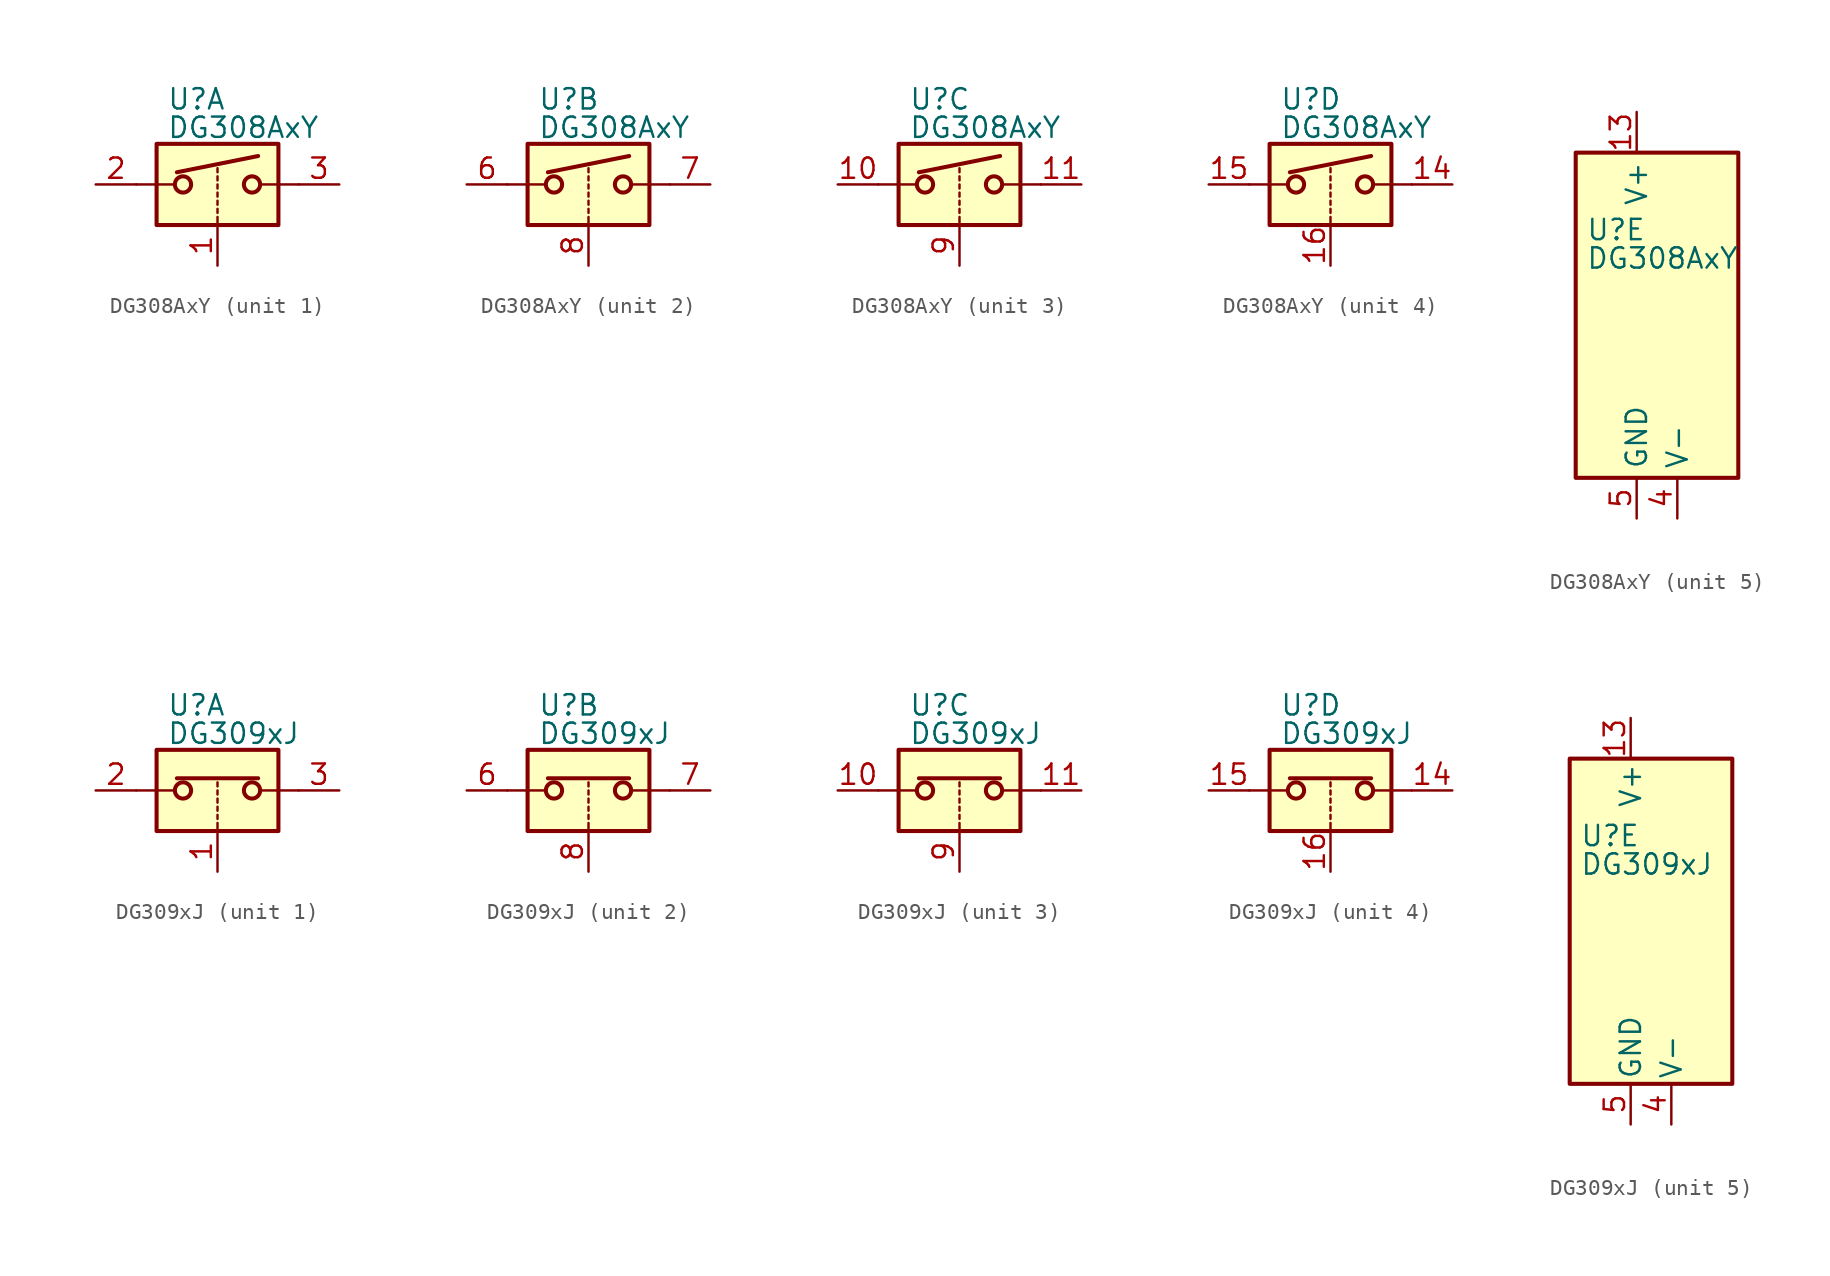
<source format=kicad_sym>
(kicad_symbol_lib
  (version 20200908)
  (generator kicad_symbol_editor)
  (symbol "Analog_Switch:DG308AxY"
    (property "Reference" "U"
      (at -3.175 5.334 0)
      (effects (font (size 1.27 1.27)) (justify left)))
    (property "Value" "DG308AxY"
      (at -3.175 3.556 0)
      (effects (font (size 1.27 1.27)) (justify left)))
    (symbol "DG308AxY_1_1"
      (circle (center -2.159 0) (radius 0.508) (stroke (width 0.254)) (fill (type none)))
      (circle (center 2.159 0) (radius 0.508) (stroke (width 0.254)) (fill (type none)))
      (rectangle (start -3.81 2.54) (end 3.81 -2.54) (stroke (width 0.254)) (fill (type background)))
      (polyline (pts (xy -5.08 0) (xy -2.794 0)) (stroke (width 0)) (fill (type none)))
      (polyline (pts (xy -2.54 0.762) (xy 2.54 1.778)) (stroke (width 0.254)) (fill (type none)))
      (polyline (pts (xy 0 -2.54) (xy 0 -2.032)) (stroke (width 0)) (fill (type none)))
      (polyline (pts (xy 0 -1.778) (xy 0 -1.524)) (stroke (width 0)) (fill (type none)))
      (polyline (pts (xy 0 -1.27) (xy 0 -1.016)) (stroke (width 0)) (fill (type none)))
      (polyline (pts (xy 0 -0.762) (xy 0 -0.508)) (stroke (width 0)) (fill (type none)))
      (polyline (pts (xy 0 -0.254) (xy 0 0)) (stroke (width 0)) (fill (type none)))
      (polyline (pts (xy 0 0.254) (xy 0 0.508)) (stroke (width 0)) (fill (type none)))
      (polyline (pts (xy 0 0.762) (xy 0 1.016)) (stroke (width 0)) (fill (type none)))
      (polyline (pts (xy 5.08 0) (xy 2.794 0)) (stroke (width 0)) (fill (type none)))
      (pin input line (at 0 -5.08 90) (length 2.54) (name "~" (effects (font (size 1.27 1.27)))) (number "1" (effects (font (size 1.27 1.27)))))
      (pin passive line (at -7.62 0 0) (length 2.54) (name "~" (effects (font (size 1.27 1.27)))) (number "2" (effects (font (size 1.27 1.27)))))
      (pin passive line (at 7.62 0 180) (length 2.54) (name "~" (effects (font (size 1.27 1.27)))) (number "3" (effects (font (size 1.27 1.27))))))
    (symbol "DG308AxY_2_1"
      (circle (center -2.159 0) (radius 0.508) (stroke (width 0.254)) (fill (type none)))
      (circle (center 2.159 0) (radius 0.508) (stroke (width 0.254)) (fill (type none)))
      (rectangle (start -3.81 2.54) (end 3.81 -2.54) (stroke (width 0.254)) (fill (type background)))
      (polyline (pts (xy -5.08 0) (xy -2.794 0)) (stroke (width 0)) (fill (type none)))
      (polyline (pts (xy -2.54 0.762) (xy 2.54 1.778)) (stroke (width 0.254)) (fill (type none)))
      (polyline (pts (xy 0 -2.54) (xy 0 -2.032)) (stroke (width 0)) (fill (type none)))
      (polyline (pts (xy 0 -1.778) (xy 0 -1.524)) (stroke (width 0)) (fill (type none)))
      (polyline (pts (xy 0 -1.27) (xy 0 -1.016)) (stroke (width 0)) (fill (type none)))
      (polyline (pts (xy 0 -0.762) (xy 0 -0.508)) (stroke (width 0)) (fill (type none)))
      (polyline (pts (xy 0 -0.254) (xy 0 0)) (stroke (width 0)) (fill (type none)))
      (polyline (pts (xy 0 0.254) (xy 0 0.508)) (stroke (width 0)) (fill (type none)))
      (polyline (pts (xy 0 0.762) (xy 0 1.016)) (stroke (width 0)) (fill (type none)))
      (polyline (pts (xy 5.08 0) (xy 2.794 0)) (stroke (width 0)) (fill (type none)))
      (pin passive line (at -7.62 0 0) (length 2.54) (name "~" (effects (font (size 1.27 1.27)))) (number "6" (effects (font (size 1.27 1.27)))))
      (pin passive line (at 7.62 0 180) (length 2.54) (name "~" (effects (font (size 1.27 1.27)))) (number "7" (effects (font (size 1.27 1.27)))))
      (pin input line (at 0 -5.08 90) (length 2.54) (name "~" (effects (font (size 1.27 1.27)))) (number "8" (effects (font (size 1.27 1.27))))))
    (symbol "DG308AxY_3_1"
      (circle (center -2.159 0) (radius 0.508) (stroke (width 0.254)) (fill (type none)))
      (circle (center 2.159 0) (radius 0.508) (stroke (width 0.254)) (fill (type none)))
      (rectangle (start -3.81 2.54) (end 3.81 -2.54) (stroke (width 0.254)) (fill (type background)))
      (polyline (pts (xy -5.08 0) (xy -2.794 0)) (stroke (width 0)) (fill (type none)))
      (polyline (pts (xy -2.54 0.762) (xy 2.54 1.778)) (stroke (width 0.254)) (fill (type none)))
      (polyline (pts (xy 0 -2.54) (xy 0 -2.032)) (stroke (width 0)) (fill (type none)))
      (polyline (pts (xy 0 -1.778) (xy 0 -1.524)) (stroke (width 0)) (fill (type none)))
      (polyline (pts (xy 0 -1.27) (xy 0 -1.016)) (stroke (width 0)) (fill (type none)))
      (polyline (pts (xy 0 -0.762) (xy 0 -0.508)) (stroke (width 0)) (fill (type none)))
      (polyline (pts (xy 0 -0.254) (xy 0 0)) (stroke (width 0)) (fill (type none)))
      (polyline (pts (xy 0 0.254) (xy 0 0.508)) (stroke (width 0)) (fill (type none)))
      (polyline (pts (xy 0 0.762) (xy 0 1.016)) (stroke (width 0)) (fill (type none)))
      (polyline (pts (xy 5.08 0) (xy 2.794 0)) (stroke (width 0)) (fill (type none)))
      (pin passive line (at -7.62 0 0) (length 2.54) (name "~" (effects (font (size 1.27 1.27)))) (number "10" (effects (font (size 1.27 1.27)))))
      (pin passive line (at 7.62 0 180) (length 2.54) (name "~" (effects (font (size 1.27 1.27)))) (number "11" (effects (font (size 1.27 1.27)))))
      (pin input line (at 0 -5.08 90) (length 2.54) (name "~" (effects (font (size 1.27 1.27)))) (number "9" (effects (font (size 1.27 1.27))))))
    (symbol "DG308AxY_4_1"
      (circle (center -2.159 0) (radius 0.508) (stroke (width 0.254)) (fill (type none)))
      (circle (center 2.159 0) (radius 0.508) (stroke (width 0.254)) (fill (type none)))
      (rectangle (start -3.81 2.54) (end 3.81 -2.54) (stroke (width 0.254)) (fill (type background)))
      (polyline (pts (xy -5.08 0) (xy -2.794 0)) (stroke (width 0)) (fill (type none)))
      (polyline (pts (xy -2.54 0.762) (xy 2.54 1.778)) (stroke (width 0.254)) (fill (type none)))
      (polyline (pts (xy 0 -2.54) (xy 0 -2.032)) (stroke (width 0)) (fill (type none)))
      (polyline (pts (xy 0 -1.778) (xy 0 -1.524)) (stroke (width 0)) (fill (type none)))
      (polyline (pts (xy 0 -1.27) (xy 0 -1.016)) (stroke (width 0)) (fill (type none)))
      (polyline (pts (xy 0 -0.762) (xy 0 -0.508)) (stroke (width 0)) (fill (type none)))
      (polyline (pts (xy 0 -0.254) (xy 0 0)) (stroke (width 0)) (fill (type none)))
      (polyline (pts (xy 0 0.254) (xy 0 0.508)) (stroke (width 0)) (fill (type none)))
      (polyline (pts (xy 0 0.762) (xy 0 1.016)) (stroke (width 0)) (fill (type none)))
      (polyline (pts (xy 5.08 0) (xy 2.794 0)) (stroke (width 0)) (fill (type none)))
      (pin passive line (at 7.62 0 180) (length 2.54) (name "~" (effects (font (size 1.27 1.27)))) (number "14" (effects (font (size 1.27 1.27)))))
      (pin passive line (at -7.62 0 0) (length 2.54) (name "~" (effects (font (size 1.27 1.27)))) (number "15" (effects (font (size 1.27 1.27)))))
      (pin input line (at 0 -5.08 90) (length 2.54) (name "~" (effects (font (size 1.27 1.27)))) (number "16" (effects (font (size 1.27 1.27))))))
    (symbol "DG308AxY_5_1"
      (rectangle (start -3.81 10.16) (end 6.35 -10.16) (stroke (width 0.254)) (fill (type background))))
    (symbol "DG308AxY_5_0"
      (pin unconnected line (at 2.54 10.16 270) (length 2.54) hide (name "NC" (effects (font (size 1.27 1.27)))) (number "12" (effects (font (size 1.27 1.27)))))
      (pin power_in line (at 0 12.7 270) (length 2.54) (name "V+" (effects (font (size 1.27 1.27)))) (number "13" (effects (font (size 1.27 1.27)))))
      (pin power_in line (at 2.54 -12.7 90) (length 2.54) (name "V-" (effects (font (size 1.27 1.27)))) (number "4" (effects (font (size 1.27 1.27)))))
      (pin power_in line (at 0 -12.7 90) (length 2.54) (name "GND" (effects (font (size 1.27 1.27)))) (number "5" (effects (font (size 1.27 1.27)))))))
  (symbol "Analog_Switch:DG309xJ"
    (pin_names
      (offset 0.254))
    (property "Reference" "U"
      (at -3.175 5.334 0)
      (effects (font (size 1.27 1.27)) (justify left)))
    (property "Value" "DG309xJ"
      (at -3.175 3.556 0)
      (effects (font (size 1.27 1.27)) (justify left)))
    (symbol "DG309xJ_1_1"
      (circle (center -2.159 0) (radius 0.508) (stroke (width 0.254)) (fill (type none)))
      (circle (center 2.159 0) (radius 0.508) (stroke (width 0.254)) (fill (type none)))
      (rectangle (start -3.81 2.54) (end 3.81 -2.54) (stroke (width 0.254)) (fill (type background)))
      (polyline (pts (xy -5.08 0) (xy -2.794 0)) (stroke (width 0)) (fill (type none)))
      (polyline (pts (xy -2.54 0.762) (xy 2.54 0.762)) (stroke (width 0.254)) (fill (type none)))
      (polyline (pts (xy 0 -2.54) (xy 0 -2.032)) (stroke (width 0)) (fill (type none)))
      (polyline (pts (xy 0 -1.778) (xy 0 -1.524)) (stroke (width 0)) (fill (type none)))
      (polyline (pts (xy 0 -1.27) (xy 0 -1.016)) (stroke (width 0)) (fill (type none)))
      (polyline (pts (xy 0 -0.762) (xy 0 -0.508)) (stroke (width 0)) (fill (type none)))
      (polyline (pts (xy 0 -0.254) (xy 0 0)) (stroke (width 0)) (fill (type none)))
      (polyline (pts (xy 0 0.254) (xy 0 0.508)) (stroke (width 0)) (fill (type none)))
      (polyline (pts (xy 5.08 0) (xy 2.794 0)) (stroke (width 0)) (fill (type none)))
      (pin input line (at 0 -5.08 90) (length 2.54) (name "~" (effects (font (size 1.27 1.27)))) (number "1" (effects (font (size 1.27 1.27)))))
      (pin passive line (at -7.62 0 0) (length 2.54) (name "~" (effects (font (size 1.27 1.27)))) (number "2" (effects (font (size 1.27 1.27)))))
      (pin passive line (at 7.62 0 180) (length 2.54) (name "~" (effects (font (size 1.27 1.27)))) (number "3" (effects (font (size 1.27 1.27))))))
    (symbol "DG309xJ_2_1"
      (circle (center -2.159 0) (radius 0.508) (stroke (width 0.254)) (fill (type none)))
      (circle (center 2.159 0) (radius 0.508) (stroke (width 0.254)) (fill (type none)))
      (rectangle (start -3.81 2.54) (end 3.81 -2.54) (stroke (width 0.254)) (fill (type background)))
      (polyline (pts (xy -5.08 0) (xy -2.794 0)) (stroke (width 0)) (fill (type none)))
      (polyline (pts (xy -2.54 0.762) (xy 2.54 0.762)) (stroke (width 0.254)) (fill (type none)))
      (polyline (pts (xy 0 -2.54) (xy 0 -2.032)) (stroke (width 0)) (fill (type none)))
      (polyline (pts (xy 0 -1.778) (xy 0 -1.524)) (stroke (width 0)) (fill (type none)))
      (polyline (pts (xy 0 -1.27) (xy 0 -1.016)) (stroke (width 0)) (fill (type none)))
      (polyline (pts (xy 0 -0.762) (xy 0 -0.508)) (stroke (width 0)) (fill (type none)))
      (polyline (pts (xy 0 -0.254) (xy 0 0)) (stroke (width 0)) (fill (type none)))
      (polyline (pts (xy 0 0.254) (xy 0 0.508)) (stroke (width 0)) (fill (type none)))
      (polyline (pts (xy 5.08 0) (xy 2.794 0)) (stroke (width 0)) (fill (type none)))
      (pin passive line (at -7.62 0 0) (length 2.54) (name "~" (effects (font (size 1.27 1.27)))) (number "6" (effects (font (size 1.27 1.27)))))
      (pin passive line (at 7.62 0 180) (length 2.54) (name "~" (effects (font (size 1.27 1.27)))) (number "7" (effects (font (size 1.27 1.27)))))
      (pin input line (at 0 -5.08 90) (length 2.54) (name "~" (effects (font (size 1.27 1.27)))) (number "8" (effects (font (size 1.27 1.27))))))
    (symbol "DG309xJ_3_1"
      (circle (center -2.159 0) (radius 0.508) (stroke (width 0.254)) (fill (type none)))
      (circle (center 2.159 0) (radius 0.508) (stroke (width 0.254)) (fill (type none)))
      (rectangle (start -3.81 2.54) (end 3.81 -2.54) (stroke (width 0.254)) (fill (type background)))
      (polyline (pts (xy -5.08 0) (xy -2.794 0)) (stroke (width 0)) (fill (type none)))
      (polyline (pts (xy -2.54 0.762) (xy 2.54 0.762)) (stroke (width 0.254)) (fill (type none)))
      (polyline (pts (xy 0 -2.54) (xy 0 -2.032)) (stroke (width 0)) (fill (type none)))
      (polyline (pts (xy 0 -1.778) (xy 0 -1.524)) (stroke (width 0)) (fill (type none)))
      (polyline (pts (xy 0 -1.27) (xy 0 -1.016)) (stroke (width 0)) (fill (type none)))
      (polyline (pts (xy 0 -0.762) (xy 0 -0.508)) (stroke (width 0)) (fill (type none)))
      (polyline (pts (xy 0 -0.254) (xy 0 0)) (stroke (width 0)) (fill (type none)))
      (polyline (pts (xy 0 0.254) (xy 0 0.508)) (stroke (width 0)) (fill (type none)))
      (polyline (pts (xy 5.08 0) (xy 2.794 0)) (stroke (width 0)) (fill (type none)))
      (pin passive line (at -7.62 0 0) (length 2.54) (name "~" (effects (font (size 1.27 1.27)))) (number "10" (effects (font (size 1.27 1.27)))))
      (pin passive line (at 7.62 0 180) (length 2.54) (name "~" (effects (font (size 1.27 1.27)))) (number "11" (effects (font (size 1.27 1.27)))))
      (pin input line (at 0 -5.08 90) (length 2.54) (name "~" (effects (font (size 1.27 1.27)))) (number "9" (effects (font (size 1.27 1.27))))))
    (symbol "DG309xJ_4_1"
      (circle (center -2.159 0) (radius 0.508) (stroke (width 0.254)) (fill (type none)))
      (circle (center 2.159 0) (radius 0.508) (stroke (width 0.254)) (fill (type none)))
      (rectangle (start -3.81 2.54) (end 3.81 -2.54) (stroke (width 0.254)) (fill (type background)))
      (polyline (pts (xy -5.08 0) (xy -2.794 0)) (stroke (width 0)) (fill (type none)))
      (polyline (pts (xy -2.54 0.762) (xy 2.54 0.762)) (stroke (width 0.254)) (fill (type none)))
      (polyline (pts (xy 0 -2.54) (xy 0 -2.032)) (stroke (width 0)) (fill (type none)))
      (polyline (pts (xy 0 -1.778) (xy 0 -1.524)) (stroke (width 0)) (fill (type none)))
      (polyline (pts (xy 0 -1.27) (xy 0 -1.016)) (stroke (width 0)) (fill (type none)))
      (polyline (pts (xy 0 -0.762) (xy 0 -0.508)) (stroke (width 0)) (fill (type none)))
      (polyline (pts (xy 0 -0.254) (xy 0 0)) (stroke (width 0)) (fill (type none)))
      (polyline (pts (xy 0 0.254) (xy 0 0.508)) (stroke (width 0)) (fill (type none)))
      (polyline (pts (xy 5.08 0) (xy 2.794 0)) (stroke (width 0)) (fill (type none)))
      (pin passive line (at 7.62 0 180) (length 2.54) (name "~" (effects (font (size 1.27 1.27)))) (number "14" (effects (font (size 1.27 1.27)))))
      (pin passive line (at -7.62 0 0) (length 2.54) (name "~" (effects (font (size 1.27 1.27)))) (number "15" (effects (font (size 1.27 1.27)))))
      (pin input line (at 0 -5.08 90) (length 2.54) (name "~" (effects (font (size 1.27 1.27)))) (number "16" (effects (font (size 1.27 1.27))))))
    (symbol "DG309xJ_5_1"
      (rectangle (start -3.81 10.16) (end 6.35 -10.16) (stroke (width 0.254)) (fill (type background))))
    (symbol "DG309xJ_5_0"
      (pin unconnected line (at 2.54 10.16 270) (length 2.54) hide (name "NC" (effects (font (size 1.27 1.27)))) (number "12" (effects (font (size 1.27 1.27)))))
      (pin power_in line (at 0 12.7 270) (length 2.54) (name "V+" (effects (font (size 1.27 1.27)))) (number "13" (effects (font (size 1.27 1.27)))))
      (pin power_in line (at 2.54 -12.7 90) (length 2.54) (name "V-" (effects (font (size 1.27 1.27)))) (number "4" (effects (font (size 1.27 1.27)))))
      (pin power_in line (at 0 -12.7 90) (length 2.54) (name "GND" (effects (font (size 1.27 1.27)))) (number "5" (effects (font (size 1.27 1.27))))))))
</source>
